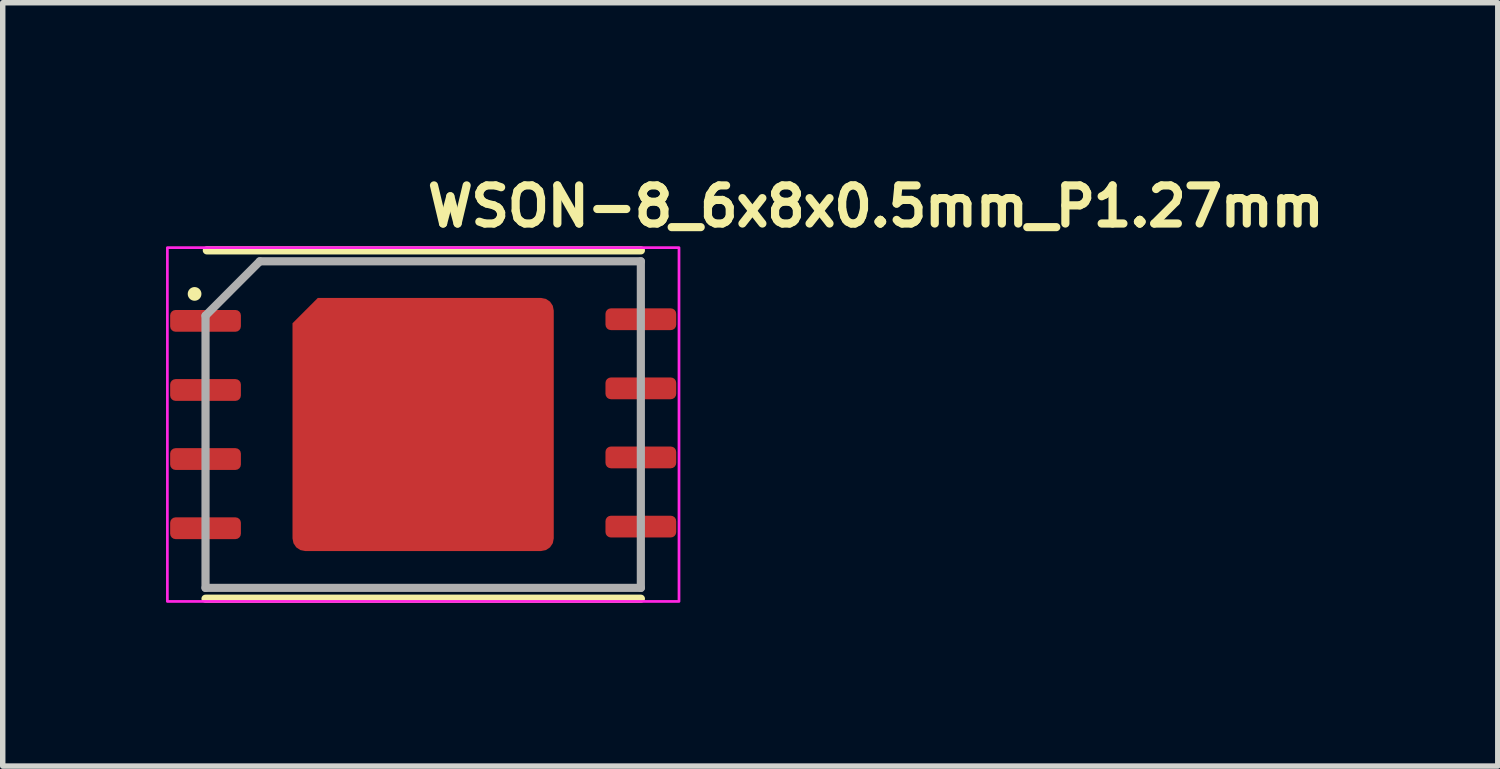
<source format=kicad_pcb>
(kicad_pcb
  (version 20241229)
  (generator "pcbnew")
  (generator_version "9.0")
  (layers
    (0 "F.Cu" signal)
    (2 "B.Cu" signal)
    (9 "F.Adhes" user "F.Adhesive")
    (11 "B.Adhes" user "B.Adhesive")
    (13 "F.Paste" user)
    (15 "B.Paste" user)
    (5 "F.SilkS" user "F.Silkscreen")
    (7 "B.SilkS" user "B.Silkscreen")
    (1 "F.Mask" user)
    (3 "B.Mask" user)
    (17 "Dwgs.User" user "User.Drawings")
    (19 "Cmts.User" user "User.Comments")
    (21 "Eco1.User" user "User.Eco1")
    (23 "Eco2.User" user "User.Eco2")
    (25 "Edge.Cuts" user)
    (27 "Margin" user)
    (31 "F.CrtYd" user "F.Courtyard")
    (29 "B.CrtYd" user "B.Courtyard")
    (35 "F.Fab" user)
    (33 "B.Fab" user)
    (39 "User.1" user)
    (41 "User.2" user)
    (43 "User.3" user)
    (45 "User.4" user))
  (footprint "WSON-8_6x8x0.5mm_P1.27mm"
    (layer "F.Cu")
    (at 4.725 4.75)
    (property "Reference" "WSON-8_6x8x0.5mm_P1.27mm" (at 0 -3.6 0) (layer "F.SilkS") (effects (font (size 0.7 0.7) (thickness 0.15)) (justify left bottom)))
    (attr smd)
    (fp_line (start 4 -3.2) (end -3.975 -3.2) (stroke (width 0.15) (type solid)) (layer "F.SilkS"))
    (fp_line (start 4 3.2) (end -3.999 3.2) (stroke (width 0.15) (type solid)) (layer "F.SilkS"))
    (fp_circle (center -4.2 -2.4) (end -4.149 -2.4) (stroke (width 0.15) (type solid)) (fill yes) (layer "F.SilkS"))
    (fp_rect (start -4.7 -3.25) (end 4.7 3.25) (stroke (width 0.05) (type solid)) (fill no) (layer "F.CrtYd"))
    (fp_line (start -3.999 3.001) (end -3.999 -2) (stroke (width 0.15) (type solid)) (layer "F.Fab"))
    (fp_line (start -3.002 -2.999) (end -3.999 -2) (stroke (width 0.15) (type solid)) (layer "F.Fab"))
    (fp_line (start -3.002 -2.999) (end 3.999 -2.999) (stroke (width 0.15) (type solid)) (layer "F.Fab"))
    (fp_line (start 3.999 -2.999) (end 3.999 3.001) (stroke (width 0.15) (type solid)) (layer "F.Fab"))
    (fp_line (start 3.999 3.001) (end -3.999 3.001) (stroke (width 0.15) (type solid)) (layer "F.Fab"))
    (fp_rect (start -3.999 -2.998) (end 3.999 2.998) (stroke (width 0.1) (type solid)) (fill no) (layer "User.5"))
    (fp_line (start -3.999 -1.675) (end -3.999 -2.135) (stroke (width 0.02) (type solid)) (layer "User.9"))
    (fp_line (start -3.999 -1.675) (end -3.95 -1.675) (stroke (width 0.02) (type solid)) (layer "User.9"))
    (fp_line (start -3.999 -0.406) (end -3.999 -0.865) (stroke (width 0.02) (type solid)) (layer "User.9"))
    (fp_line (start -3.999 -0.406) (end -3.95 -0.406) (stroke (width 0.02) (type solid)) (layer "User.9"))
    (fp_line (start -3.999 0.865) (end -3.999 0.406) (stroke (width 0.02) (type solid)) (layer "User.9"))
    (fp_line (start -3.999 0.865) (end -3.95 0.865) (stroke (width 0.02) (type solid)) (layer "User.9"))
    (fp_line (start -3.999 2.134) (end -3.999 1.675) (stroke (width 0.02) (type solid)) (layer "User.9"))
    (fp_line (start -3.999 2.134) (end -3.95 2.134) (stroke (width 0.02) (type solid)) (layer "User.9"))
    (fp_line (start -3.95 -2.998) (end -3.95 2.998) (stroke (width 0.02) (type solid)) (layer "User.9"))
    (fp_line (start -3.95 -2.135) (end -3.999 -2.135) (stroke (width 0.02) (type solid)) (layer "User.9"))
    (fp_line (start -3.95 -0.865) (end -3.999 -0.865) (stroke (width 0.02) (type solid)) (layer "User.9"))
    (fp_line (start -3.95 0.406) (end -3.999 0.406) (stroke (width 0.02) (type solid)) (layer "User.9"))
    (fp_line (start -3.95 1.675) (end -3.999 1.675) (stroke (width 0.02) (type solid)) (layer "User.9"))
    (fp_line (start -3.95 2.998) (end 3.95 2.998) (stroke (width 0.02) (type solid)) (layer "User.9"))
    (fp_line (start -3.357 -1.915) (end -3.357 -1.905) (stroke (width 0.02) (type solid)) (layer "User.9"))
    (fp_line (start -3.357 -1.905) (end -3.357 -1.905) (stroke (width 0.02) (type solid)) (layer "User.9"))
    (fp_line (start -3.357 -1.905) (end -3.357 -1.895) (stroke (width 0.02) (type solid)) (layer "User.9"))
    (fp_line (start -3.357 -1.895) (end -3.357 -1.885) (stroke (width 0.02) (type solid)) (layer "User.9"))
    (fp_line (start -3.357 -1.927) (end -3.357 -1.915) (stroke (width 0.02) (type solid)) (layer "User.9"))
    (fp_line (start -3.357 -1.885) (end -3.356 -1.875) (stroke (width 0.02) (type solid)) (layer "User.9"))
    (fp_line (start -3.356 -1.935) (end -3.357 -1.927) (stroke (width 0.02) (type solid)) (layer "User.9"))
    (fp_line (start -3.356 -1.875) (end -3.353 -1.867) (stroke (width 0.02) (type solid)) (layer "User.9"))
    (fp_line (start -3.353 -1.944) (end -3.356 -1.935) (stroke (width 0.02) (type solid)) (layer "User.9"))
    (fp_line (start -3.353 -1.867) (end -3.352 -1.855) (stroke (width 0.02) (type solid)) (layer "User.9"))
    (fp_line (start -3.352 -1.956) (end -3.353 -1.944) (stroke (width 0.02) (type solid)) (layer "User.9"))
    (fp_line (start -3.352 -1.855) (end -3.349 -1.847) (stroke (width 0.02) (type solid)) (layer "User.9"))
    (fp_line (start -3.349 -1.964) (end -3.352 -1.956) (stroke (width 0.02) (type solid)) (layer "User.9"))
    (fp_line (start -3.349 -1.847) (end -3.345 -1.837) (stroke (width 0.02) (type solid)) (layer "User.9"))
    (fp_line (start -3.345 -1.974) (end -3.349 -1.964) (stroke (width 0.02) (type solid)) (layer "User.9"))
    (fp_line (start -3.345 -1.837) (end -3.341 -1.829) (stroke (width 0.02) (type solid)) (layer "User.9"))
    (fp_line (start -3.341 -1.982) (end -3.345 -1.974) (stroke (width 0.02) (type solid)) (layer "User.9"))
    (fp_line (start -3.341 -1.829) (end -3.338 -1.819) (stroke (width 0.02) (type solid)) (layer "User.9"))
    (fp_line (start -3.338 -1.992) (end -3.341 -1.982) (stroke (width 0.02) (type solid)) (layer "User.9"))
    (fp_line (start -3.338 -1.819) (end -3.333 -1.812) (stroke (width 0.02) (type solid)) (layer "User.9"))
    (fp_line (start -3.333 -2) (end -3.338 -1.992) (stroke (width 0.02) (type solid)) (layer "User.9"))
    (fp_line (start -3.333 -1.812) (end -3.329 -1.802) (stroke (width 0.02) (type solid)) (layer "User.9"))
    (fp_line (start -3.329 -2.009) (end -3.333 -2) (stroke (width 0.02) (type solid)) (layer "User.9"))
    (fp_line (start -3.329 -1.802) (end -3.324 -1.796) (stroke (width 0.02) (type solid)) (layer "User.9"))
    (fp_line (start -3.324 -2.015) (end -3.329 -2.009) (stroke (width 0.02) (type solid)) (layer "User.9"))
    (fp_line (start -3.324 -1.796) (end -3.318 -1.786) (stroke (width 0.02) (type solid)) (layer "User.9"))
    (fp_line (start -3.318 -2.025) (end -3.324 -2.015) (stroke (width 0.02) (type solid)) (layer "User.9"))
    (fp_line (start -3.318 -1.786) (end -3.312 -1.78) (stroke (width 0.02) (type solid)) (layer "User.9"))
    (fp_line (start -3.312 -2.03) (end -3.318 -2.025) (stroke (width 0.02) (type solid)) (layer "User.9"))
    (fp_line (start -3.312 -1.78) (end -3.307 -1.772) (stroke (width 0.02) (type solid)) (layer "User.9"))
    (fp_line (start -3.307 -2.038) (end -3.312 -2.03) (stroke (width 0.02) (type solid)) (layer "User.9"))
    (fp_line (start -3.307 -1.772) (end -3.3 -1.766) (stroke (width 0.02) (type solid)) (layer "User.9"))
    (fp_line (start -3.3 -2.046) (end -3.307 -2.038) (stroke (width 0.02) (type solid)) (layer "User.9"))
    (fp_line (start -3.3 -1.766) (end -3.293 -1.76) (stroke (width 0.02) (type solid)) (layer "User.9"))
    (fp_line (start -3.293 -2.051) (end -3.3 -2.046) (stroke (width 0.02) (type solid)) (layer "User.9"))
    (fp_line (start -3.293 -1.76) (end -3.287 -1.754) (stroke (width 0.02) (type solid)) (layer "User.9"))
    (fp_line (start -3.287 -2.058) (end -3.293 -2.051) (stroke (width 0.02) (type solid)) (layer "User.9"))
    (fp_line (start -3.287 -1.754) (end -3.28 -1.748) (stroke (width 0.02) (type solid)) (layer "User.9"))
    (fp_line (start -3.28 -2.063) (end -3.287 -2.058) (stroke (width 0.02) (type solid)) (layer "User.9"))
    (fp_line (start -3.28 -1.748) (end -3.272 -1.742) (stroke (width 0.02) (type solid)) (layer "User.9"))
    (fp_line (start -3.272 -2.07) (end -3.28 -2.063) (stroke (width 0.02) (type solid)) (layer "User.9"))
    (fp_line (start -3.272 -1.742) (end -3.264 -1.736) (stroke (width 0.02) (type solid)) (layer "User.9"))
    (fp_line (start -3.264 -2.075) (end -3.272 -2.07) (stroke (width 0.02) (type solid)) (layer "User.9"))
    (fp_line (start -3.264 -1.736) (end -3.256 -1.732) (stroke (width 0.02) (type solid)) (layer "User.9"))
    (fp_line (start -3.256 -2.079) (end -3.264 -2.075) (stroke (width 0.02) (type solid)) (layer "User.9"))
    (fp_line (start -3.256 -1.732) (end -3.247 -1.728) (stroke (width 0.02) (type solid)) (layer "User.9"))
    (fp_line (start -3.247 -2.083) (end -3.256 -2.079) (stroke (width 0.02) (type solid)) (layer "User.9"))
    (fp_line (start -3.247 -1.728) (end -3.237 -1.724) (stroke (width 0.02) (type solid)) (layer "User.9"))
    (fp_line (start -3.237 -2.087) (end -3.247 -2.083) (stroke (width 0.02) (type solid)) (layer "User.9"))
    (fp_line (start -3.237 -1.724) (end -3.228 -1.72) (stroke (width 0.02) (type solid)) (layer "User.9"))
    (fp_line (start -3.228 -2.091) (end -3.237 -2.087) (stroke (width 0.02) (type solid)) (layer "User.9"))
    (fp_line (start -3.228 -1.72) (end -3.219 -1.718) (stroke (width 0.02) (type solid)) (layer "User.9"))
    (fp_line (start -3.219 -2.094) (end -3.228 -2.091) (stroke (width 0.02) (type solid)) (layer "User.9"))
    (fp_line (start -3.219 -1.718) (end -3.209 -1.714) (stroke (width 0.02) (type solid)) (layer "User.9"))
    (fp_line (start -3.209 -2.096) (end -3.219 -2.094) (stroke (width 0.02) (type solid)) (layer "User.9"))
    (fp_line (start -3.209 -1.714) (end -3.2 -1.712) (stroke (width 0.02) (type solid)) (layer "User.9"))
    (fp_line (start -3.2 -2.099) (end -3.209 -2.096) (stroke (width 0.02) (type solid)) (layer "User.9"))
    (fp_line (start -3.2 -1.712) (end -3.191 -1.71) (stroke (width 0.02) (type solid)) (layer "User.9"))
    (fp_line (start -3.191 -2.102) (end -3.2 -2.099) (stroke (width 0.02) (type solid)) (layer "User.9"))
    (fp_line (start -3.191 -1.71) (end -3.18 -1.708) (stroke (width 0.02) (type solid)) (layer "User.9"))
    (fp_line (start -3.18 -2.103) (end -3.191 -2.102) (stroke (width 0.02) (type solid)) (layer "User.9"))
    (fp_line (start -3.18 -1.708) (end -3.171 -1.708) (stroke (width 0.02) (type solid)) (layer "User.9"))
    (fp_line (start -3.171 -2.103) (end -3.18 -2.103) (stroke (width 0.02) (type solid)) (layer "User.9"))
    (fp_line (start -3.171 -1.708) (end -3.162 -1.708) (stroke (width 0.02) (type solid)) (layer "User.9"))
    (fp_line (start -3.162 -2.103) (end -3.171 -2.103) (stroke (width 0.02) (type solid)) (layer "User.9"))
    (fp_line (start -3.162 -2.103) (end -3.162 -2.103) (stroke (width 0.02) (type solid)) (layer "User.9"))
    (fp_line (start -3.162 -1.708) (end -3.162 -1.708) (stroke (width 0.02) (type solid)) (layer "User.9"))
    (fp_line (start -3.162 -1.708) (end -3.151 -1.708) (stroke (width 0.02) (type solid)) (layer "User.9"))
    (fp_line (start -3.151 -2.103) (end -3.162 -2.103) (stroke (width 0.02) (type solid)) (layer "User.9"))
    (fp_line (start -3.151 -1.708) (end -3.14 -1.708) (stroke (width 0.02) (type solid)) (layer "User.9"))
    (fp_line (start -3.14 -2.103) (end -3.151 -2.103) (stroke (width 0.02) (type solid)) (layer "User.9"))
    (fp_line (start -3.14 -1.708) (end -3.131 -1.71) (stroke (width 0.02) (type solid)) (layer "User.9"))
    (fp_line (start -3.131 -2.102) (end -3.14 -2.103) (stroke (width 0.02) (type solid)) (layer "User.9"))
    (fp_line (start -3.131 -1.71) (end -3.122 -1.712) (stroke (width 0.02) (type solid)) (layer "User.9"))
    (fp_line (start -3.122 -2.099) (end -3.131 -2.102) (stroke (width 0.02) (type solid)) (layer "User.9"))
    (fp_line (start -3.122 -1.712) (end -3.111 -1.714) (stroke (width 0.02) (type solid)) (layer "User.9"))
    (fp_line (start -3.111 -2.096) (end -3.122 -2.099) (stroke (width 0.02) (type solid)) (layer "User.9"))
    (fp_line (start -3.111 -1.714) (end -3.102 -1.718) (stroke (width 0.02) (type solid)) (layer "User.9"))
    (fp_line (start -3.102 -2.094) (end -3.111 -2.096) (stroke (width 0.02) (type solid)) (layer "User.9"))
    (fp_line (start -3.102 -1.718) (end -3.092 -1.72) (stroke (width 0.02) (type solid)) (layer "User.9"))
    (fp_line (start -3.092 -2.091) (end -3.102 -2.094) (stroke (width 0.02) (type solid)) (layer "User.9"))
    (fp_line (start -3.092 -1.72) (end -3.083 -1.724) (stroke (width 0.02) (type solid)) (layer "User.9"))
    (fp_line (start -3.083 -2.087) (end -3.092 -2.091) (stroke (width 0.02) (type solid)) (layer "User.9"))
    (fp_line (start -3.083 -1.724) (end -3.075 -1.728) (stroke (width 0.02) (type solid)) (layer "User.9"))
    (fp_line (start -3.075 -2.083) (end -3.083 -2.087) (stroke (width 0.02) (type solid)) (layer "User.9"))
    (fp_line (start -3.075 -1.728) (end -3.066 -1.732) (stroke (width 0.02) (type solid)) (layer "User.9"))
    (fp_line (start -3.066 -2.079) (end -3.075 -2.083) (stroke (width 0.02) (type solid)) (layer "User.9"))
    (fp_line (start -3.066 -1.732) (end -3.058 -1.736) (stroke (width 0.02) (type solid)) (layer "User.9"))
    (fp_line (start -3.058 -2.075) (end -3.066 -2.079) (stroke (width 0.02) (type solid)) (layer "User.9"))
    (fp_line (start -3.058 -1.736) (end -3.05 -1.742) (stroke (width 0.02) (type solid)) (layer "User.9"))
    (fp_line (start -3.05 -2.07) (end -3.058 -2.075) (stroke (width 0.02) (type solid)) (layer "User.9"))
    (fp_line (start -3.05 -1.742) (end -3.042 -1.748) (stroke (width 0.02) (type solid)) (layer "User.9"))
    (fp_line (start -3.042 -2.063) (end -3.05 -2.07) (stroke (width 0.02) (type solid)) (layer "User.9"))
    (fp_line (start -3.042 -1.748) (end -3.035 -1.754) (stroke (width 0.02) (type solid)) (layer "User.9"))
    (fp_line (start -3.035 -2.058) (end -3.042 -2.063) (stroke (width 0.02) (type solid)) (layer "User.9"))
    (fp_line (start -3.035 -1.754) (end -3.029 -1.76) (stroke (width 0.02) (type solid)) (layer "User.9"))
    (fp_line (start -3.029 -2.051) (end -3.035 -2.058) (stroke (width 0.02) (type solid)) (layer "User.9"))
    (fp_line (start -3.029 -1.76) (end -3.022 -1.766) (stroke (width 0.02) (type solid)) (layer "User.9"))
    (fp_line (start -3.022 -2.046) (end -3.029 -2.051) (stroke (width 0.02) (type solid)) (layer "User.9"))
    (fp_line (start -3.022 -1.766) (end -3.014 -1.772) (stroke (width 0.02) (type solid)) (layer "User.9"))
    (fp_line (start -3.014 -2.038) (end -3.022 -2.046) (stroke (width 0.02) (type solid)) (layer "User.9"))
    (fp_line (start -3.014 -1.772) (end -3.009 -1.78) (stroke (width 0.02) (type solid)) (layer "User.9"))
    (fp_line (start -3.009 -2.03) (end -3.014 -2.038) (stroke (width 0.02) (type solid)) (layer "User.9"))
    (fp_line (start -3.009 -1.78) (end -3.002 -1.786) (stroke (width 0.02) (type solid)) (layer "User.9"))
    (fp_line (start -3.002 -2.025) (end -3.009 -2.03) (stroke (width 0.02) (type solid)) (layer "User.9"))
    (fp_line (start -3.002 -1.786) (end -2.997 -1.796) (stroke (width 0.02) (type solid)) (layer "User.9"))
    (fp_line (start -2.997 -2.015) (end -3.002 -2.025) (stroke (width 0.02) (type solid)) (layer "User.9"))
    (fp_line (start -2.997 -1.796) (end -2.993 -1.802) (stroke (width 0.02) (type solid)) (layer "User.9"))
    (fp_line (start -2.993 -2.009) (end -2.997 -2.015) (stroke (width 0.02) (type solid)) (layer "User.9"))
    (fp_line (start -2.993 -1.802) (end -2.986 -1.812) (stroke (width 0.02) (type solid)) (layer "User.9"))
    (fp_line (start -2.986 -2) (end -2.993 -2.009) (stroke (width 0.02) (type solid)) (layer "User.9"))
    (fp_line (start -2.986 -1.812) (end -2.982 -1.819) (stroke (width 0.02) (type solid)) (layer "User.9"))
    (fp_line (start -2.982 -1.992) (end -2.986 -2) (stroke (width 0.02) (type solid)) (layer "User.9"))
    (fp_line (start -2.982 -1.819) (end -2.978 -1.829) (stroke (width 0.02) (type solid)) (layer "User.9"))
    (fp_line (start -2.978 -1.982) (end -2.982 -1.992) (stroke (width 0.02) (type solid)) (layer "User.9"))
    (fp_line (start -2.978 -1.829) (end -2.975 -1.837) (stroke (width 0.02) (type solid)) (layer "User.9"))
    (fp_line (start -2.975 -1.974) (end -2.978 -1.982) (stroke (width 0.02) (type solid)) (layer "User.9"))
    (fp_line (start -2.975 -1.837) (end -2.971 -1.847) (stroke (width 0.02) (type solid)) (layer "User.9"))
    (fp_line (start -2.971 -1.964) (end -2.975 -1.974) (stroke (width 0.02) (type solid)) (layer "User.9"))
    (fp_line (start -2.971 -1.847) (end -2.97 -1.855) (stroke (width 0.02) (type solid)) (layer "User.9"))
    (fp_line (start -2.97 -1.956) (end -2.971 -1.964) (stroke (width 0.02) (type solid)) (layer "User.9"))
    (fp_line (start -2.97 -1.855) (end -2.967 -1.867) (stroke (width 0.02) (type solid)) (layer "User.9"))
    (fp_line (start -2.967 -1.944) (end -2.97 -1.956) (stroke (width 0.02) (type solid)) (layer "User.9"))
    (fp_line (start -2.967 -1.867) (end -2.966 -1.875) (stroke (width 0.02) (type solid)) (layer "User.9"))
    (fp_line (start -2.966 -1.935) (end -2.967 -1.944) (stroke (width 0.02) (type solid)) (layer "User.9"))
    (fp_line (start -2.966 -1.875) (end -2.963 -1.885) (stroke (width 0.02) (type solid)) (layer "User.9"))
    (fp_line (start -2.963 -1.927) (end -2.966 -1.935) (stroke (width 0.02) (type solid)) (layer "User.9"))
    (fp_line (start -2.963 -1.915) (end -2.963 -1.927) (stroke (width 0.02) (type solid)) (layer "User.9"))
    (fp_line (start -2.963 -1.905) (end -2.963 -1.915) (stroke (width 0.02) (type solid)) (layer "User.9"))
    (fp_line (start -2.963 -1.905) (end -2.963 -1.905) (stroke (width 0.02) (type solid)) (layer "User.9"))
    (fp_line (start -2.963 -1.905) (end -2.963 -1.905) (stroke (width 0.02) (type solid)) (layer "User.9"))
    (fp_line (start -2.963 -1.895) (end -2.963 -1.905) (stroke (width 0.02) (type solid)) (layer "User.9"))
    (fp_line (start -2.963 -1.885) (end -2.963 -1.895) (stroke (width 0.02) (type solid)) (layer "User.9"))
    (fp_line (start 3.95 -2.998) (end -3.95 -2.998) (stroke (width 0.02) (type solid)) (layer "User.9"))
    (fp_line (start 3.95 -1.675) (end 3.999 -1.675) (stroke (width 0.02) (type solid)) (layer "User.9"))
    (fp_line (start 3.95 -0.406) (end 3.999 -0.406) (stroke (width 0.02) (type solid)) (layer "User.9"))
    (fp_line (start 3.95 0.865) (end 3.999 0.865) (stroke (width 0.02) (type solid)) (layer "User.9"))
    (fp_line (start 3.95 2.134) (end 3.999 2.134) (stroke (width 0.02) (type solid)) (layer "User.9"))
    (fp_line (start 3.95 2.998) (end 3.95 -2.998) (stroke (width 0.02) (type solid)) (layer "User.9"))
    (fp_line (start 3.999 -2.135) (end 3.95 -2.135) (stroke (width 0.02) (type solid)) (layer "User.9"))
    (fp_line (start 3.999 -2.135) (end 3.999 -1.675) (stroke (width 0.02) (type solid)) (layer "User.9"))
    (fp_line (start 3.999 -0.865) (end 3.95 -0.865) (stroke (width 0.02) (type solid)) (layer "User.9"))
    (fp_line (start 3.999 -0.865) (end 3.999 -0.406) (stroke (width 0.02) (type solid)) (layer "User.9"))
    (fp_line (start 3.999 0.406) (end 3.95 0.406) (stroke (width 0.02) (type solid)) (layer "User.9"))
    (fp_line (start 3.999 0.406) (end 3.999 0.865) (stroke (width 0.02) (type solid)) (layer "User.9"))
    (fp_line (start 3.999 1.675) (end 3.95 1.675) (stroke (width 0.02) (type solid)) (layer "User.9"))
    (fp_line (start 3.999 1.675) (end 3.999 2.134) (stroke (width 0.02) (type solid)) (layer "User.9"))
    (pad "1" smd roundrect (at -3.999 -1.905 270) (size 0.4 1.3) (layers "F.Cu" "F.Mask" "F.Paste") (roundrect_rratio 0.25))
    (pad "2" smd roundrect (at -3.999 -0.635 270) (size 0.4 1.3) (layers "F.Cu" "F.Mask" "F.Paste") (roundrect_rratio 0.25))
    (pad "3" smd roundrect (at -3.999 0.634 270) (size 0.4 1.3) (layers "F.Cu" "F.Mask" "F.Paste") (roundrect_rratio 0.25))
    (pad "4" smd roundrect (at -3.999 1.905 270) (size 0.4 1.3) (layers "F.Cu" "F.Mask" "F.Paste") (roundrect_rratio 0.25))
    (pad "5" smd roundrect (at 3.999 1.875 270) (size 0.4 1.3) (layers "F.Cu" "F.Mask" "F.Paste") (roundrect_rratio 0.25))
    (pad "6" smd roundrect (at 3.999 0.604 270) (size 0.4 1.3) (layers "F.Cu" "F.Mask" "F.Paste") (roundrect_rratio 0.25))
    (pad "7" smd roundrect (at 3.999 -0.665 270) (size 0.4 1.3) (layers "F.Cu" "F.Mask" "F.Paste") (roundrect_rratio 0.25))
    (pad "8" smd roundrect (at 3.999 -1.935 270) (size 0.4 1.3) (layers "F.Cu" "F.Mask" "F.Paste") (roundrect_rratio 0.25))
    (pad "9" smd roundrect (at -0.001 -0.001) (size 4.8 4.65) (layers "F.Cu" "F.Mask" "F.Paste") (roundrect_rratio 0.05) (chamfer_ratio 0.1) (chamfer top_left)))
  (gr_rect
    (start -3 -3)
    (end 24.468 11.025)
    (stroke (width 0.1) (type default))
    (fill no)
    (layer "Edge.Cuts")))
</source>
